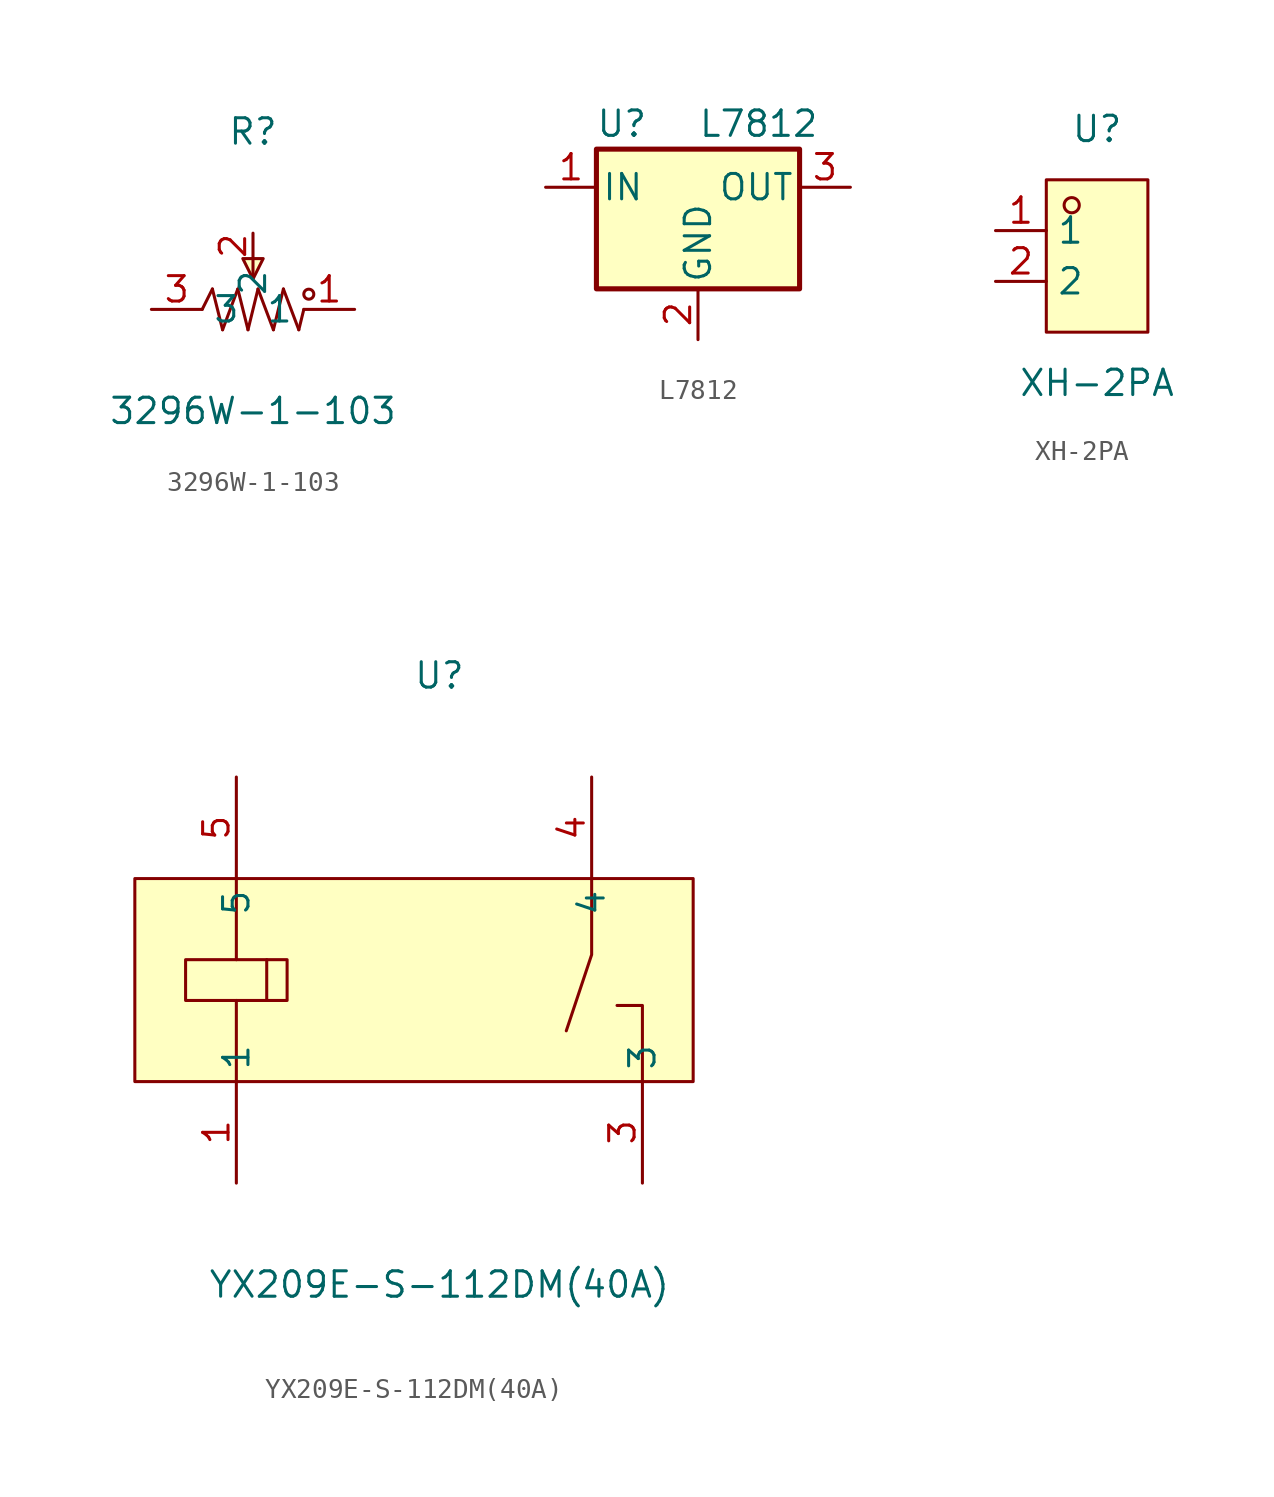
<source format=kicad_sym>
(kicad_symbol_lib
  (version 20241209)
  (generator "kicad_symbol_editor")
  (generator_version "9.0")
  (symbol "3296W-1-103"
    (property "Reference" "R"
      (at 0 8.89 0)
      (effects (font (size 1.27 1.27))))
    (property "Value" "3296W-1-103"
      (at 0 -5.08 0)
      (effects (font (size 1.27 1.27))))
    (symbol "3296W-1-103_0_1"
      (polyline (pts (xy -2.54 0) (xy -2.03 1.02)) (stroke (width 0) (type default)) (fill (type none)))
      (polyline (pts (xy -2.03 1.02) (xy -1.52 -1.02)) (stroke (width 0) (type default)) (fill (type none)))
      (polyline (pts (xy -1.52 -1.02) (xy -0.76 1.02)) (stroke (width 0) (type default)) (fill (type none)))
      (polyline (pts (xy -0.76 1.02) (xy -0.25 -1.02)) (stroke (width 0) (type default)) (fill (type none)))
      (polyline (pts (xy -0.51 2.54) (xy 0 1.52) (xy 0.51 2.54) (xy -0.51 2.54)) (stroke (width 0) (type default)) (fill (type background)))
      (polyline (pts (xy -0.25 -1.02) (xy 0.25 1.02)) (stroke (width 0) (type default)) (fill (type none)))
      (polyline (pts (xy 0 2.54) (xy 0 1.52)) (stroke (width 0) (type default)) (fill (type none)))
      (polyline (pts (xy 0.25 1.02) (xy 1.02 -1.02)) (stroke (width 0) (type default)) (fill (type none)))
      (polyline (pts (xy 1.02 -1.02) (xy 1.52 1.02)) (stroke (width 0) (type default)) (fill (type none)))
      (polyline (pts (xy 1.52 1.02) (xy 2.29 -1.02)) (stroke (width 0) (type default)) (fill (type none)))
      (polyline (pts (xy 2.29 -1.02) (xy 2.54 0)) (stroke (width 0) (type default)) (fill (type none)))
      (circle (center 2.79 0.76) (radius 0.25) (stroke (width 0) (type default)) (fill (type none)))
      (pin unspecified line (at -5.08 0 0) (length 2.54) (name "3" (effects (font (size 1.27 1.27)))) (number "3" (effects (font (size 1.27 1.27)))))
      (pin unspecified line (at 0 3.81 270) (length 1.27) (name "2" (effects (font (size 1.27 1.27)))) (number "2" (effects (font (size 1.27 1.27)))))
      (pin unspecified line (at 5.08 0 180) (length 2.54) (name "1" (effects (font (size 1.27 1.27)))) (number "1" (effects (font (size 1.27 1.27)))))))
  (symbol "L7812"
    (pin_names
      (offset 0.254))
    (property "Reference" "U"
      (at -3.81 3.175 0)
      (effects (font (size 1.27 1.27))))
    (property "Value" "L7812"
      (at 0 3.175 0)
      (effects (font (size 1.27 1.27)) (justify left)))
    (symbol "L7812_0_1"
      (rectangle (start -5.08 1.905) (end 5.08 -5.08) (stroke (width 0.254) (type default)) (fill (type background))))
    (symbol "L7812_1_1"
      (pin power_in line (at -7.62 0 0) (length 2.54) (name "IN" (effects (font (size 1.27 1.27)))) (number "1" (effects (font (size 1.27 1.27)))))
      (pin power_in line (at 0 -7.62 90) (length 2.54) (name "GND" (effects (font (size 1.27 1.27)))) (number "2" (effects (font (size 1.27 1.27)))))
      (pin power_out line (at 7.62 0 180) (length 2.54) (name "OUT" (effects (font (size 1.27 1.27)))) (number "3" (effects (font (size 1.27 1.27)))))))
  (symbol "XH-2PA"
    (property "Reference" "U"
      (at 0 6.35 0)
      (effects (font (size 1.27 1.27))))
    (property "Value" "XH-2PA"
      (at 0 -6.35 0)
      (effects (font (size 1.27 1.27))))
    (symbol "XH-2PA_0_1"
      (rectangle (start -2.54 3.81) (end 2.54 -3.81) (stroke (width 0) (type default)) (fill (type background)))
      (circle (center -1.27 2.54) (radius 0.38) (stroke (width 0) (type default)) (fill (type none)))
      (pin unspecified line (at -5.08 1.27 0) (length 2.54) (name "1" (effects (font (size 1.27 1.27)))) (number "1" (effects (font (size 1.27 1.27)))))
      (pin unspecified line (at -5.08 -1.27 0) (length 2.54) (name "2" (effects (font (size 1.27 1.27)))) (number "2" (effects (font (size 1.27 1.27)))))))
  (symbol "YX209E-S-112DM(40A)"
    (property "Reference" "U"
      (at 0 15.24 0)
      (effects (font (size 1.27 1.27))))
    (property "Value" "YX209E-S-112DM(40A)"
      (at 0 -15.24 0)
      (effects (font (size 1.27 1.27))))
    (symbol "YX209E-S-112DM(40A)_0_1"
      (rectangle (start -15.24 5.08) (end 12.7 -5.08) (stroke (width 0) (type default)) (fill (type background)))
      (rectangle (start -12.7 1.02) (end -7.62 -1.02) (stroke (width 0) (type default)) (fill (type background)))
      (polyline (pts (xy -10.16 1.02) (xy -10.16 5.08)) (stroke (width 0) (type default)) (fill (type none)))
      (polyline (pts (xy -10.16 -1.02) (xy -10.16 -5.08)) (stroke (width 0) (type default)) (fill (type none)))
      (polyline (pts (xy -8.64 1.02) (xy -8.64 -1.02)) (stroke (width 0) (type default)) (fill (type none)))
      (polyline (pts (xy 7.62 5.08) (xy 7.62 1.27) (xy 6.35 -2.54)) (stroke (width 0) (type default)) (fill (type none)))
      (polyline (pts (xy 10.16 -5.08) (xy 10.16 -1.27) (xy 8.89 -1.27) (xy 10.16 -1.27)) (stroke (width 0) (type default)) (fill (type none)))
      (pin unspecified line (at -10.16 10.16 270) (length 5.08) (name "5" (effects (font (size 1.27 1.27)))) (number "5" (effects (font (size 1.27 1.27)))))
      (pin unspecified line (at -10.16 -10.16 90) (length 5.08) (name "1" (effects (font (size 1.27 1.27)))) (number "1" (effects (font (size 1.27 1.27)))))
      (pin unspecified line (at 7.62 10.16 270) (length 5.08) (name "4" (effects (font (size 1.27 1.27)))) (number "4" (effects (font (size 1.27 1.27)))))
      (pin unspecified line (at 10.16 -10.16 90) (length 5.08) (name "3" (effects (font (size 1.27 1.27)))) (number "3" (effects (font (size 1.27 1.27))))))))
</source>
